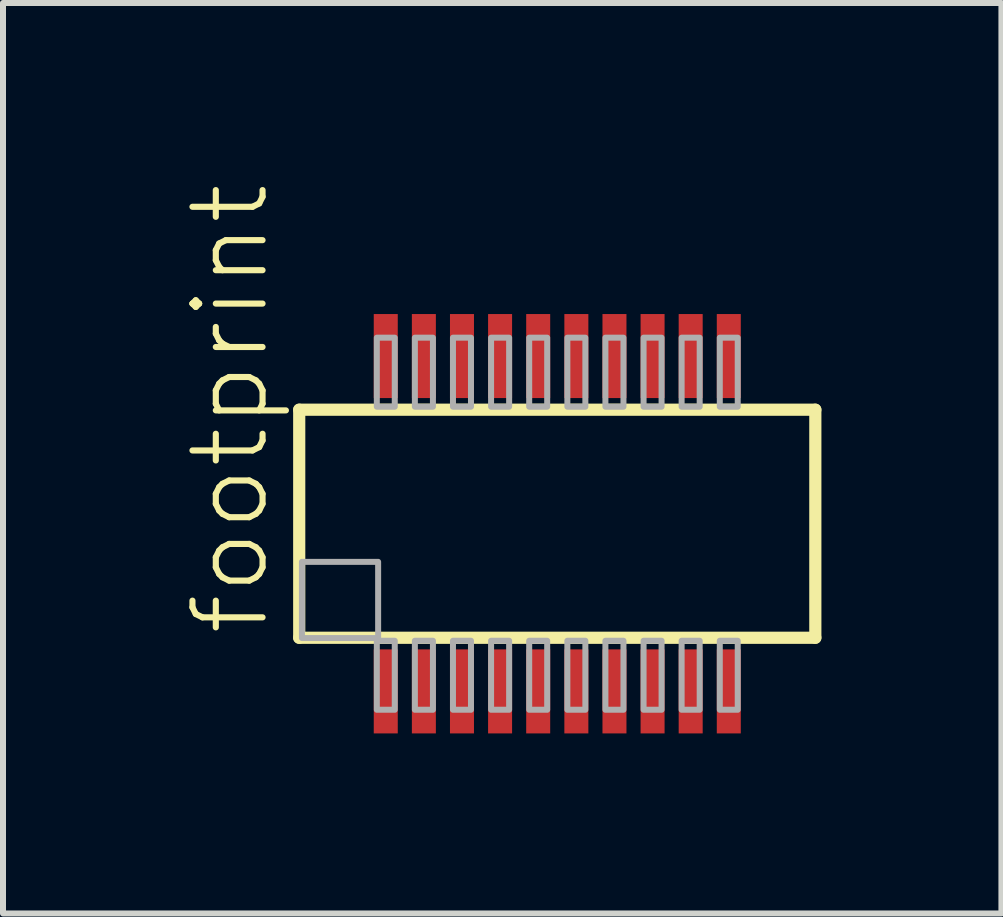
<source format=kicad_pcb>
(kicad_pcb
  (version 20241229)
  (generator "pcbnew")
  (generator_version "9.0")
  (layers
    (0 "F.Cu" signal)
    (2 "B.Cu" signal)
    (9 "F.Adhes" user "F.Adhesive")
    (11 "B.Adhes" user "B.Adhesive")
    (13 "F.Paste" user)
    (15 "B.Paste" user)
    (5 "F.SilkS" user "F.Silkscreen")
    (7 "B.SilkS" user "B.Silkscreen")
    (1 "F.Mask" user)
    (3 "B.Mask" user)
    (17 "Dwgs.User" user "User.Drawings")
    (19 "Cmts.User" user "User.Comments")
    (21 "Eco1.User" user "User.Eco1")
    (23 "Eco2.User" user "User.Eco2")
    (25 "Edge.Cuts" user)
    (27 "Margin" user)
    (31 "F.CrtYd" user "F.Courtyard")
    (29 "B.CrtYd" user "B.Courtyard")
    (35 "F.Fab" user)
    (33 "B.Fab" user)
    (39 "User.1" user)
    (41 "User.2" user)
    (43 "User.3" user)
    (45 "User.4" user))
  (footprint "footprint"
    (layer "F.Cu")
    (at 6.236 5.677)
    (property "Reference" "footprint" (at -4.763 1.905 90) (layer "F.SilkS") (effects (font (size 1.168 1.168) (thickness 0.102)) (justify left bottom)))
    (fp_line (start -4.3 -1.9) (end 4.3 -1.9) (stroke (width 0.203) (type solid)) (layer "F.SilkS"))
    (fp_line (start -4.3 1.9) (end -4.3 -1.9) (stroke (width 0.203) (type solid)) (layer "F.SilkS"))
    (fp_line (start 4.3 -1.9) (end 4.3 1.9) (stroke (width 0.203) (type solid)) (layer "F.SilkS"))
    (fp_line (start 4.3 1.9) (end -4.3 1.9) (stroke (width 0.203) (type solid)) (layer "F.SilkS"))
    (fp_poly (pts (xy -4.255 1.905) (xy -2.985 1.905) (xy -2.985 0.635) (xy -4.255 0.635)) (stroke (width 0.1) (type solid)) (fill no) (layer "F.Fab"))
    (fp_poly (pts (xy -3.007 -1.95) (xy -2.708 -1.95) (xy -2.708 -3.1) (xy -3.007 -3.1)) (stroke (width 0.1) (type solid)) (fill no) (layer "F.Fab"))
    (fp_poly (pts (xy -3.007 3.1) (xy -2.708 3.1) (xy -2.708 1.95) (xy -3.007 1.95)) (stroke (width 0.1) (type solid)) (fill no) (layer "F.Fab"))
    (fp_poly (pts (xy -2.373 -1.95) (xy -2.072 -1.95) (xy -2.072 -3.1) (xy -2.373 -3.1)) (stroke (width 0.1) (type solid)) (fill no) (layer "F.Fab"))
    (fp_poly (pts (xy -2.373 3.1) (xy -2.072 3.1) (xy -2.072 1.95) (xy -2.373 1.95)) (stroke (width 0.1) (type solid)) (fill no) (layer "F.Fab"))
    (fp_poly (pts (xy -1.738 -1.95) (xy -1.438 -1.95) (xy -1.438 -3.1) (xy -1.738 -3.1)) (stroke (width 0.1) (type solid)) (fill no) (layer "F.Fab"))
    (fp_poly (pts (xy -1.738 3.1) (xy -1.438 3.1) (xy -1.438 1.95) (xy -1.738 1.95)) (stroke (width 0.1) (type solid)) (fill no) (layer "F.Fab"))
    (fp_poly (pts (xy -1.103 -1.95) (xy -0.802 -1.95) (xy -0.802 -3.1) (xy -1.103 -3.1)) (stroke (width 0.1) (type solid)) (fill no) (layer "F.Fab"))
    (fp_poly (pts (xy -1.103 3.1) (xy -0.802 3.1) (xy -0.802 1.95) (xy -1.103 1.95)) (stroke (width 0.1) (type solid)) (fill no) (layer "F.Fab"))
    (fp_poly (pts (xy -0.468 -1.95) (xy -0.168 -1.95) (xy -0.168 -3.1) (xy -0.468 -3.1)) (stroke (width 0.1) (type solid)) (fill no) (layer "F.Fab"))
    (fp_poly (pts (xy -0.468 3.1) (xy -0.168 3.1) (xy -0.168 1.95) (xy -0.468 1.95)) (stroke (width 0.1) (type solid)) (fill no) (layer "F.Fab"))
    (fp_poly (pts (xy 0.168 -1.95) (xy 0.468 -1.95) (xy 0.468 -3.1) (xy 0.168 -3.1)) (stroke (width 0.1) (type solid)) (fill no) (layer "F.Fab"))
    (fp_poly (pts (xy 0.168 3.1) (xy 0.468 3.1) (xy 0.468 1.95) (xy 0.168 1.95)) (stroke (width 0.1) (type solid)) (fill no) (layer "F.Fab"))
    (fp_poly (pts (xy 0.802 -1.95) (xy 1.103 -1.95) (xy 1.103 -3.1) (xy 0.802 -3.1)) (stroke (width 0.1) (type solid)) (fill no) (layer "F.Fab"))
    (fp_poly (pts (xy 0.802 3.1) (xy 1.103 3.1) (xy 1.103 1.95) (xy 0.802 1.95)) (stroke (width 0.1) (type solid)) (fill no) (layer "F.Fab"))
    (fp_poly (pts (xy 1.438 -1.95) (xy 1.738 -1.95) (xy 1.738 -3.1) (xy 1.438 -3.1)) (stroke (width 0.1) (type solid)) (fill no) (layer "F.Fab"))
    (fp_poly (pts (xy 1.438 3.1) (xy 1.738 3.1) (xy 1.738 1.95) (xy 1.438 1.95)) (stroke (width 0.1) (type solid)) (fill no) (layer "F.Fab"))
    (fp_poly (pts (xy 2.072 -1.95) (xy 2.373 -1.95) (xy 2.373 -3.1) (xy 2.072 -3.1)) (stroke (width 0.1) (type solid)) (fill no) (layer "F.Fab"))
    (fp_poly (pts (xy 2.072 3.1) (xy 2.373 3.1) (xy 2.373 1.95) (xy 2.072 1.95)) (stroke (width 0.1) (type solid)) (fill no) (layer "F.Fab"))
    (fp_poly (pts (xy 2.708 -1.95) (xy 3.007 -1.95) (xy 3.007 -3.1) (xy 2.708 -3.1)) (stroke (width 0.1) (type solid)) (fill no) (layer "F.Fab"))
    (fp_poly (pts (xy 2.708 3.1) (xy 3.007 3.1) (xy 3.007 1.95) (xy 2.708 1.95)) (stroke (width 0.1) (type solid)) (fill no) (layer "F.Fab"))
    (pad "1" smd rect (at -2.858 2.794) (size 0.4 1.4) (layers "F.Cu" "F.Mask" "F.Paste"))
    (pad "2" smd rect (at -2.223 2.794) (size 0.4 1.4) (layers "F.Cu" "F.Mask" "F.Paste"))
    (pad "3" smd rect (at -1.588 2.794) (size 0.4 1.4) (layers "F.Cu" "F.Mask" "F.Paste"))
    (pad "4" smd rect (at -0.953 2.794) (size 0.4 1.4) (layers "F.Cu" "F.Mask" "F.Paste"))
    (pad "5" smd rect (at -0.318 2.794) (size 0.4 1.4) (layers "F.Cu" "F.Mask" "F.Paste"))
    (pad "6" smd rect (at 0.318 2.794) (size 0.4 1.4) (layers "F.Cu" "F.Mask" "F.Paste"))
    (pad "7" smd rect (at 0.953 2.794) (size 0.4 1.4) (layers "F.Cu" "F.Mask" "F.Paste"))
    (pad "8" smd rect (at 1.588 2.794) (size 0.4 1.4) (layers "F.Cu" "F.Mask" "F.Paste"))
    (pad "9" smd rect (at 2.223 2.794) (size 0.4 1.4) (layers "F.Cu" "F.Mask" "F.Paste"))
    (pad "10" smd rect (at 2.858 2.794) (size 0.4 1.4) (layers "F.Cu" "F.Mask" "F.Paste"))
    (pad "11" smd rect (at 2.858 -2.794) (size 0.4 1.4) (layers "F.Cu" "F.Mask" "F.Paste"))
    (pad "12" smd rect (at 2.223 -2.794) (size 0.4 1.4) (layers "F.Cu" "F.Mask" "F.Paste"))
    (pad "13" smd rect (at 1.588 -2.794) (size 0.4 1.4) (layers "F.Cu" "F.Mask" "F.Paste"))
    (pad "14" smd rect (at 0.953 -2.794) (size 0.4 1.4) (layers "F.Cu" "F.Mask" "F.Paste"))
    (pad "15" smd rect (at 0.318 -2.794) (size 0.4 1.4) (layers "F.Cu" "F.Mask" "F.Paste"))
    (pad "16" smd rect (at -0.318 -2.794) (size 0.4 1.4) (layers "F.Cu" "F.Mask" "F.Paste"))
    (pad "17" smd rect (at -0.953 -2.794) (size 0.4 1.4) (layers "F.Cu" "F.Mask" "F.Paste"))
    (pad "18" smd rect (at -1.588 -2.794) (size 0.4 1.4) (layers "F.Cu" "F.Mask" "F.Paste"))
    (pad "19" smd rect (at -2.223 -2.794) (size 0.4 1.4) (layers "F.Cu" "F.Mask" "F.Paste"))
    (pad "20" smd rect (at -2.858 -2.794) (size 0.4 1.4) (layers "F.Cu" "F.Mask" "F.Paste")))
  (gr_rect
    (start -3 -3)
    (end 13.637 12.171)
    (stroke (width 0.1) (type default))
    (fill no)
    (layer "Edge.Cuts")))
</source>
